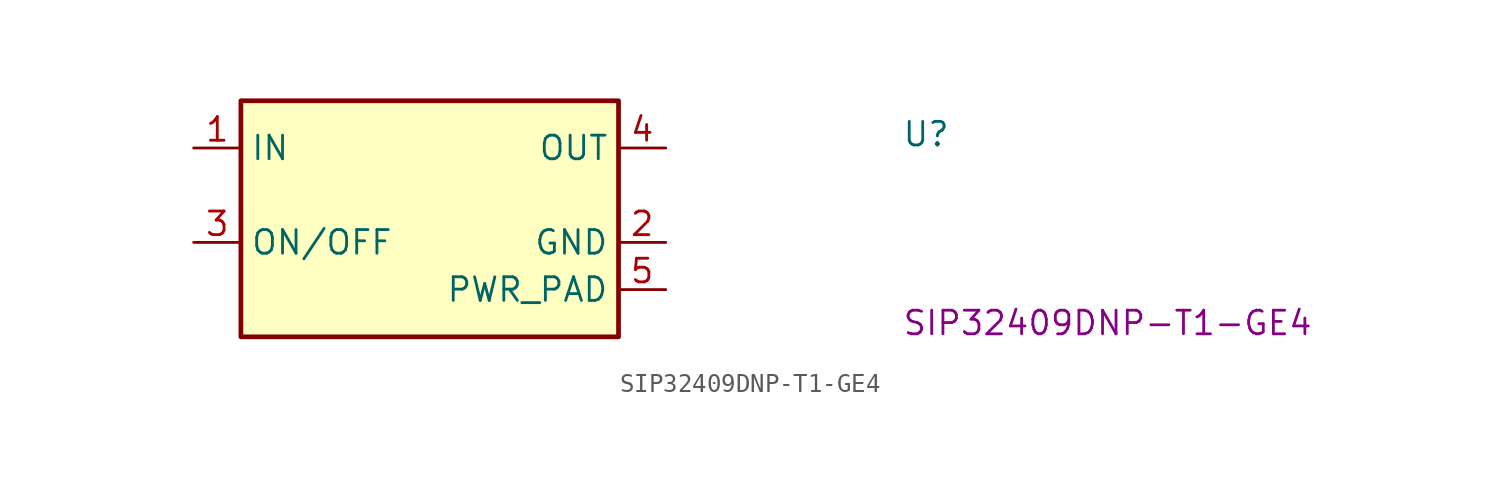
<source format=kicad_sym>
(kicad_symbol_lib
  (version 20220914)
  (generator kicad_symbol_editor)
  (symbol "SIP32409DNP-T1-GE4"
    (property "Reference" "U"
      (at 38.1 0 0)
      (effects (font (size 1.27 1.27) (thickness 0.15)) (justify left bottom)))
    (property "MPN" "SIP32409DNP-T1-GE4"
      (at 38.1 -10.16 0)
      (effects (font (size 1.27 1.27) (thickness 0.15)) (justify left bottom)))
    (symbol "SIP32409DNP-T1-GE4_1_1"
      (rectangle (start 2.54 2.54) (end 22.86 -10.16) (stroke (width 0.254) (type default)) (fill (type background)))
      (pin input line (at 0 0 0) (length 2.54) (name "IN" (effects (font (size 1.27 1.27)))) (number "1" (effects (font (size 1.27 1.27)))))
      (pin power_in line (at 25.4 -5.08 180) (length 2.54) (name "GND" (effects (font (size 1.27 1.27)))) (number "2" (effects (font (size 1.27 1.27)))))
      (pin input line (at 0 -5.08 0) (length 2.54) (name "ON/OFF" (effects (font (size 1.27 1.27)))) (number "3" (effects (font (size 1.27 1.27)))))
      (pin output line (at 25.4 0 180) (length 2.54) (name "OUT" (effects (font (size 1.27 1.27)))) (number "4" (effects (font (size 1.27 1.27)))))
      (pin power_in line (at 25.4 -7.62 180) (length 2.54) (name "PWR_PAD" (effects (font (size 1.27 1.27)))) (number "5" (effects (font (size 1.27 1.27))))))))
</source>
